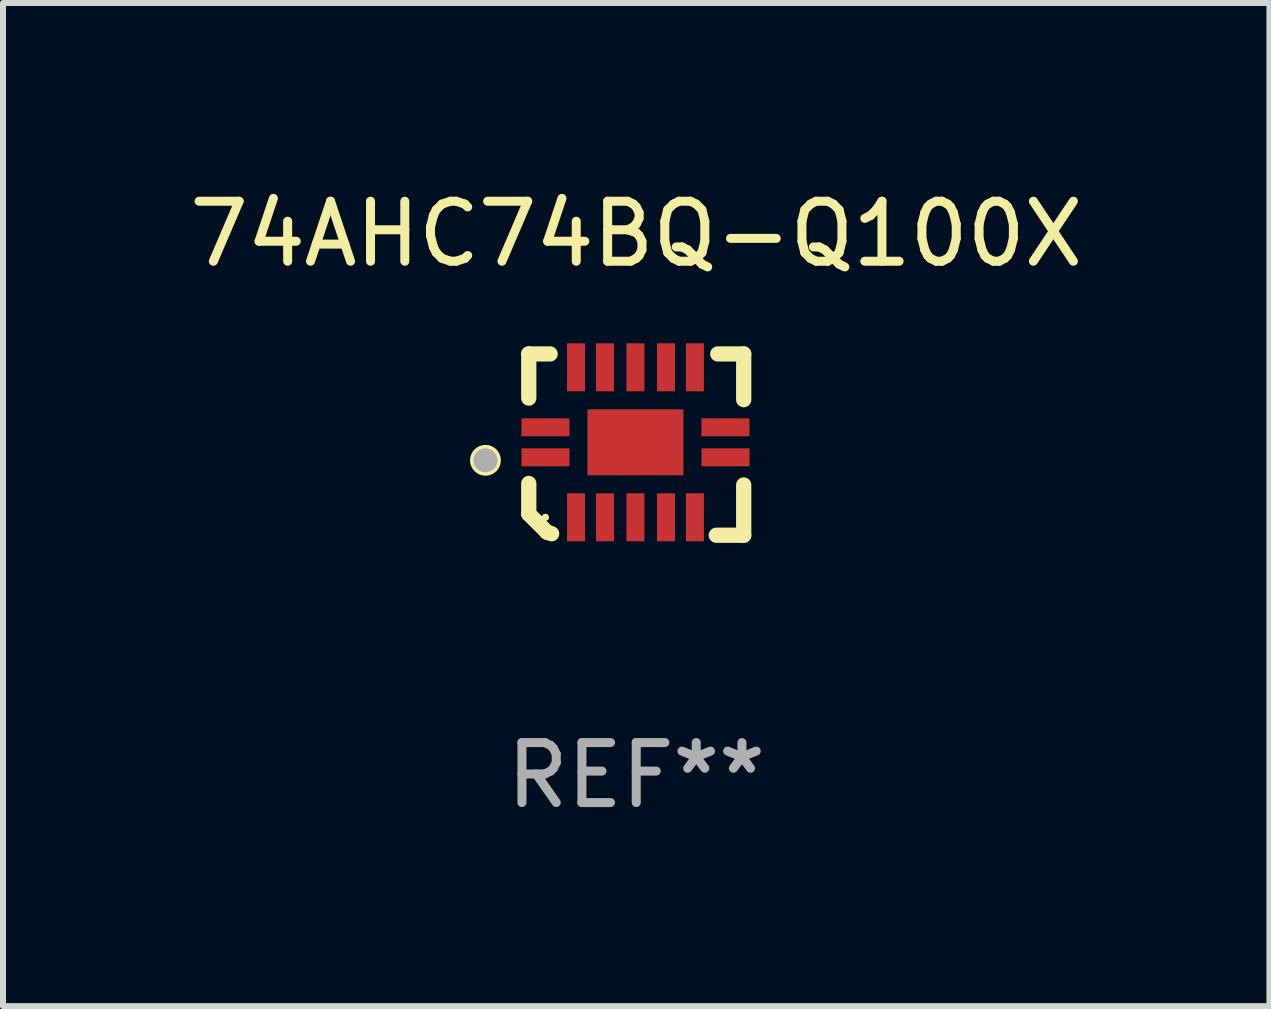
<source format=kicad_pcb>
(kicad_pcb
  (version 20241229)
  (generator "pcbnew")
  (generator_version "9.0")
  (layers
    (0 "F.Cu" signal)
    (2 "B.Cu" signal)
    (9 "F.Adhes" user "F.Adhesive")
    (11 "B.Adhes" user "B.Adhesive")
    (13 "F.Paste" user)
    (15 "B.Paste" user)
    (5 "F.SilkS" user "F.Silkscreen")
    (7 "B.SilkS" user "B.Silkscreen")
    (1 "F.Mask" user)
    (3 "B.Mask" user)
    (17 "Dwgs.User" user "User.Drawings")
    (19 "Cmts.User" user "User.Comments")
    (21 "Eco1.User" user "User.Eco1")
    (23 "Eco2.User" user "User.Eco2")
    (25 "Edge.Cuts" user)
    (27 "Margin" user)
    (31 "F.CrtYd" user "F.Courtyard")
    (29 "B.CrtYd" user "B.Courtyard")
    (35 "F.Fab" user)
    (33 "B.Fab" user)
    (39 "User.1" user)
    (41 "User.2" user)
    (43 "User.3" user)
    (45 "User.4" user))
  (footprint "74AHC74BQ-Q100X"
    (layer "F.Cu")
    (at 7.554 4.36)
    (property "Reference" "74AHC74BQ-Q100X" (at 0 -3.511 0) (layer "F.SilkS") (effects (font (size 1 1) (thickness 0.15))))
    (attr through_hole)
    (fp_line (start -1.791 -1.511) (end -1.435 -1.511) (stroke (width 0.254) (type solid)) (layer "F.SilkS"))
    (fp_line (start -1.791 -0.775) (end -1.791 -1.511) (stroke (width 0.254) (type solid)) (layer "F.SilkS"))
    (fp_line (start -1.791 1.156) (end -1.791 0.648) (stroke (width 0.254) (type solid)) (layer "F.SilkS"))
    (fp_line (start -1.486 1.461) (end -1.791 1.156) (stroke (width 0.254) (type solid)) (layer "F.SilkS"))
    (fp_line (start -1.41 1.486) (end -1.486 1.461) (stroke (width 0.254) (type solid)) (layer "F.SilkS"))
    (fp_line (start 1.334 1.511) (end 1.791 1.511) (stroke (width 0.254) (type solid)) (layer "F.SilkS"))
    (fp_line (start 1.791 -1.511) (end 1.359 -1.511) (stroke (width 0.254) (type solid)) (layer "F.SilkS"))
    (fp_line (start 1.791 -0.749) (end 1.791 -1.511) (stroke (width 0.254) (type solid)) (layer "F.SilkS"))
    (fp_line (start 1.791 1.511) (end 1.791 0.673) (stroke (width 0.254) (type solid)) (layer "F.SilkS"))
    (fp_circle (center -2.513 0.262) (end -2.383 0.262) (stroke (width 0.254) (type solid)) (fill no) (layer "F.SilkS"))
    (fp_circle (center -1.513 1.212) (end -1.483 1.212) (stroke (width 0.06) (type solid)) (fill no) (layer "F.SilkS"))
    (fp_circle (center -2.513 0.262) (end -2.413 0.262) (stroke (width 0.2) (type solid)) (fill no) (layer "F.Fab"))
    (fp_text user "REF**" (at 0 5.511 0) (layer "F.Fab") (effects (font (size 1 1) (thickness 0.15))))
    (pad "1" smd rect (at -1.513 0.212) (size 0.8 0.3) (layers "F.Cu" "F.Mask" "F.Paste"))
    (pad "2" smd rect (at -1.003 1.212) (size 0.3 0.8) (layers "F.Cu" "F.Mask" "F.Paste"))
    (pad "3" smd rect (at -0.521 1.212) (size 0.3 0.8) (layers "F.Cu" "F.Mask" "F.Paste"))
    (pad "4" smd rect (at -0.013 1.212) (size 0.3 0.8) (layers "F.Cu" "F.Mask" "F.Paste"))
    (pad "5" smd rect (at 0.495 1.212) (size 0.3 0.8) (layers "F.Cu" "F.Mask" "F.Paste"))
    (pad "6" smd rect (at 0.978 1.212) (size 0.3 0.8) (layers "F.Cu" "F.Mask" "F.Paste"))
    (pad "7" smd rect (at 1.487 0.212) (size 0.8 0.3) (layers "F.Cu" "F.Mask" "F.Paste"))
    (pad "8" smd rect (at 1.487 -0.288) (size 0.8 0.3) (layers "F.Cu" "F.Mask" "F.Paste"))
    (pad "9" smd rect (at 0.978 -1.288) (size 0.3 0.8) (layers "F.Cu" "F.Mask" "F.Paste"))
    (pad "10" smd rect (at 0.495 -1.288) (size 0.3 0.8) (layers "F.Cu" "F.Mask" "F.Paste"))
    (pad "11" smd rect (at -0.013 -1.288) (size 0.3 0.8) (layers "F.Cu" "F.Mask" "F.Paste"))
    (pad "12" smd rect (at -0.521 -1.288) (size 0.3 0.8) (layers "F.Cu" "F.Mask" "F.Paste"))
    (pad "13" smd rect (at -1.003 -1.288) (size 0.3 0.8) (layers "F.Cu" "F.Mask" "F.Paste"))
    (pad "14" smd rect (at -1.513 -0.288) (size 0.8 0.3) (layers "F.Cu" "F.Mask" "F.Paste"))
    (pad "15" smd rect (at -0.013 -0.038 90) (size 1.1 1.6) (layers "F.Cu" "F.Mask" "F.Paste")))
  (gr_rect
    (start -3 -3)
    (end 18.107 13.719)
    (stroke (width 0.1) (type default))
    (fill no)
    (layer "Edge.Cuts")))
</source>
